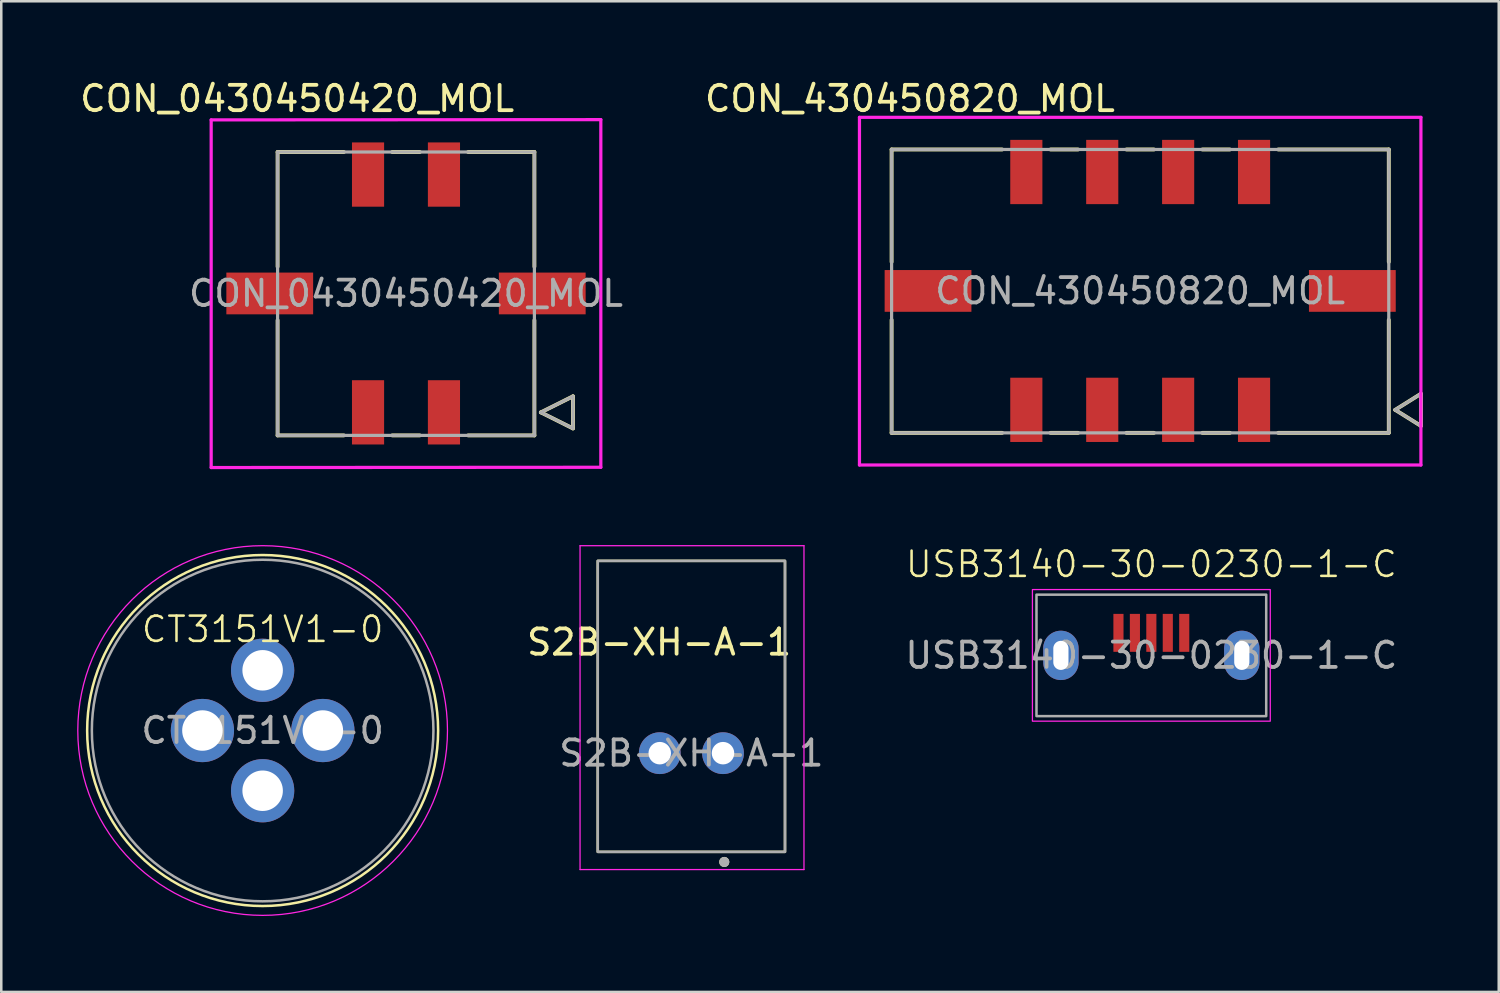
<source format=kicad_pcb>
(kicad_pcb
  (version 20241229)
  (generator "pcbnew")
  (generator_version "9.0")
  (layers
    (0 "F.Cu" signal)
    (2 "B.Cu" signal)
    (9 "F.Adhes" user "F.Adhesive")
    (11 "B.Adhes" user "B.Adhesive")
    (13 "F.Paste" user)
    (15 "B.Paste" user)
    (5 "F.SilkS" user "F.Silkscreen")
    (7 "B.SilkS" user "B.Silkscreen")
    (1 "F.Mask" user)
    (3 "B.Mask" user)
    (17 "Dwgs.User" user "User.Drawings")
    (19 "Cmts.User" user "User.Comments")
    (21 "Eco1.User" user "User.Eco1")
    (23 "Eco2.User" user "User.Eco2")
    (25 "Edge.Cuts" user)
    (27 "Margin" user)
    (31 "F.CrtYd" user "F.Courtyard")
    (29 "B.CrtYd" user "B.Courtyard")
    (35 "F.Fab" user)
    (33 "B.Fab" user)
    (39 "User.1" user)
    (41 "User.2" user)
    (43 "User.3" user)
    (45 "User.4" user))
  (footprint "S2B-XH-A-1"
    (layer "F.Cu")
    (at 24.275 26.717)
    (property "Reference" "S2B-XH-A-1" (at -1.275 -4.385 0) (layer "F.SilkS") (effects (font (size 1 1) (thickness 0.15))))
    (attr smd)
    (fp_rect (start -3.7 3.9) (end 3.7 -7.6) (stroke (width 0.1) (type default)) (fill no) (layer "F.SilkS"))
    (fp_circle (center 1.3 4.3) (end 1.4 4.3) (stroke (width 0.2) (type solid)) (fill no) (layer "F.SilkS"))
    (fp_line (start -4.4 -8.2) (end -4.4 4.6) (stroke (width 0.05) (type solid)) (layer "F.CrtYd"))
    (fp_line (start -4.4 4.6) (end 4.45 4.6) (stroke (width 0.05) (type solid)) (layer "F.CrtYd"))
    (fp_line (start 4.45 -8.2) (end -4.4 -8.2) (stroke (width 0.05) (type solid)) (layer "F.CrtYd"))
    (fp_line (start 4.45 4.6) (end 4.45 -8.2) (stroke (width 0.05) (type solid)) (layer "F.CrtYd"))
    (fp_rect (start -3.7 3.9) (end 3.7 -7.6) (stroke (width 0.1) (type default)) (fill no) (layer "F.Fab"))
    (fp_circle (center 1.3 4.3) (end 1.4 4.3) (stroke (width 0.2) (type solid)) (fill no) (layer "F.Fab"))
    (fp_text user "${REFERENCE}" (at 0 0 0) (unlocked yes) (layer "F.Fab") (effects (font (size 1 1) (thickness 0.15))))
    (pad "1" thru_hole circle (at 1.25 0) (size 1.651 1.651) (drill 0.889) (layers "*.Cu" "*.Mask"))
    (pad "2" thru_hole circle (at -1.25 0) (size 1.651 1.651) (drill 0.889) (layers "*.Cu" "*.Mask")))
  (footprint "USB3140-30-0230-1-C"
    (layer "F.Cu")
    (at 42.454 22.852)
    (property "Reference" "USB3140-30-0230-1-C" (at 0 -3.6 0) (unlocked yes) (layer "F.SilkS") (effects (font (size 1 1) (thickness 0.1))))
    (attr smd)
    (fp_rect (start -4.7 -2.6) (end 4.7 2.6) (stroke (width 0.05) (type default)) (fill no) (layer "F.CrtYd"))
    (fp_rect (start -4.54 -2.4) (end 4.54 2.4) (stroke (width 0.1) (type default)) (fill no) (layer "F.Fab"))
    (fp_text user "${REFERENCE}" (at 0 0 0) (unlocked yes) (layer "F.Fab") (effects (font (size 1 1) (thickness 0.15))))
    (pad "1" smd rect (at -1.3 -0.89) (size 0.4 1.5) (layers "F.Cu" "F.Mask" "F.Paste"))
    (pad "2" smd rect (at -0.65 -0.89) (size 0.4 1.5) (layers "F.Cu" "F.Mask" "F.Paste"))
    (pad "3" smd rect (at 0 -0.89) (size 0.4 1.5) (layers "F.Cu" "F.Mask" "F.Paste"))
    (pad "4" smd rect (at 0.65 -0.89) (size 0.4 1.5) (layers "F.Cu" "F.Mask" "F.Paste"))
    (pad "5" smd rect (at 1.3 -0.89) (size 0.4 1.5) (layers "F.Cu" "F.Mask" "F.Paste"))
    (pad "6" thru_hole oval (at -3.575 0) (size 1.4 1.95) (drill oval 0.6 1.15) (layers "*.Cu" "*.Mask" "F.Paste"))
    (pad "6" thru_hole oval (at 3.575 0) (size 1.4 1.95) (drill oval 0.6 1.15) (layers "*.Cu" "*.Mask" "F.Paste")))
  (footprint "CON_430450820_MOL"
    (layer "F.Cu")
    (at 42.013 8.448)
    (property "Reference" "CON_430450820_MOL" (at -9.1 -7.6 0) (unlocked yes) (layer "F.SilkS") (effects (font (size 1 1) (thickness 0.15))))
    (attr smd)
    (fp_line (start -9.825 -5.59) (end -9.825 -1.145) (stroke (width 0.152) (type solid)) (layer "F.SilkS"))
    (fp_line (start -9.825 1.145) (end -9.825 5.61) (stroke (width 0.152) (type solid)) (layer "F.SilkS"))
    (fp_line (start -9.825 5.61) (end -5.455 5.61) (stroke (width 0.152) (type solid)) (layer "F.SilkS"))
    (fp_line (start -5.455 -5.59) (end -9.825 -5.59) (stroke (width 0.152) (type solid)) (layer "F.SilkS"))
    (fp_line (start -3.545 5.61) (end -2.455 5.61) (stroke (width 0.152) (type solid)) (layer "F.SilkS"))
    (fp_line (start -2.455 -5.59) (end -3.545 -5.59) (stroke (width 0.152) (type solid)) (layer "F.SilkS"))
    (fp_line (start -0.545 5.61) (end 0.545 5.61) (stroke (width 0.152) (type solid)) (layer "F.SilkS"))
    (fp_line (start 0.545 -5.59) (end -0.545 -5.59) (stroke (width 0.152) (type solid)) (layer "F.SilkS"))
    (fp_line (start 2.455 5.61) (end 3.545 5.61) (stroke (width 0.152) (type solid)) (layer "F.SilkS"))
    (fp_line (start 3.545 -5.59) (end 2.455 -5.59) (stroke (width 0.152) (type solid)) (layer "F.SilkS"))
    (fp_line (start 5.455 5.61) (end 9.825 5.61) (stroke (width 0.152) (type solid)) (layer "F.SilkS"))
    (fp_line (start 9.825 -5.59) (end 5.455 -5.59) (stroke (width 0.152) (type solid)) (layer "F.SilkS"))
    (fp_line (start 9.825 -1.145) (end 9.825 -5.59) (stroke (width 0.152) (type solid)) (layer "F.SilkS"))
    (fp_line (start 9.825 5.61) (end 9.825 1.145) (stroke (width 0.152) (type solid)) (layer "F.SilkS"))
    (fp_line (start 10.079 4.7) (end 11.095 4.065) (stroke (width 0.152) (type solid)) (layer "F.SilkS"))
    (fp_line (start 11.095 4.065) (end 11.095 5.335) (stroke (width 0.152) (type solid)) (layer "F.SilkS"))
    (fp_line (start 11.095 5.335) (end 10.079 4.7) (stroke (width 0.152) (type solid)) (layer "F.SilkS"))
    (fp_line (start -11.095 -6.86) (end -11.095 6.88) (stroke (width 0.127) (type solid)) (layer "F.CrtYd"))
    (fp_line (start -11.095 6.88) (end 11.095 6.88) (stroke (width 0.127) (type solid)) (layer "F.CrtYd"))
    (fp_line (start 11.095 -6.86) (end -11.095 -6.86) (stroke (width 0.127) (type solid)) (layer "F.CrtYd"))
    (fp_line (start 11.095 6.88) (end 11.095 -6.86) (stroke (width 0.127) (type solid)) (layer "F.CrtYd"))
    (fp_line (start -9.825 -5.59) (end -9.825 5.61) (stroke (width 0.127) (type solid)) (layer "F.Fab"))
    (fp_line (start -9.825 5.61) (end 9.825 5.61) (stroke (width 0.127) (type solid)) (layer "F.Fab"))
    (fp_line (start 9.825 -5.59) (end -9.825 -5.59) (stroke (width 0.127) (type solid)) (layer "F.Fab"))
    (fp_line (start 9.825 5.61) (end 9.825 -5.59) (stroke (width 0.127) (type solid)) (layer "F.Fab"))
    (fp_line (start 10.079 4.7) (end 11.095 4.065) (stroke (width 0.127) (type solid)) (layer "F.Fab"))
    (fp_line (start 11.095 4.065) (end 11.095 5.335) (stroke (width 0.127) (type solid)) (layer "F.Fab"))
    (fp_line (start 11.095 5.335) (end 10.079 4.7) (stroke (width 0.127) (type solid)) (layer "F.Fab"))
    (fp_text user "${REFERENCE}" (at 0 0 0) (unlocked yes) (layer "F.Fab") (effects (font (size 1 1) (thickness 0.15))))
    (pad "1" smd rect (at 4.5 4.7) (size 1.27 2.54) (layers "F.Cu" "F.Mask" "F.Paste"))
    (pad "2" smd rect (at 1.5 4.7) (size 1.27 2.54) (layers "F.Cu" "F.Mask" "F.Paste"))
    (pad "3" smd rect (at -1.5 4.7) (size 1.27 2.54) (layers "F.Cu" "F.Mask" "F.Paste"))
    (pad "4" smd rect (at -4.5 4.7) (size 1.27 2.54) (layers "F.Cu" "F.Mask" "F.Paste"))
    (pad "5" smd rect (at 4.5 -4.7) (size 1.27 2.54) (layers "F.Cu" "F.Mask" "F.Paste"))
    (pad "6" smd rect (at 1.5 -4.7) (size 1.27 2.54) (layers "F.Cu" "F.Mask" "F.Paste"))
    (pad "7" smd rect (at -1.5 -4.7) (size 1.27 2.54) (layers "F.Cu" "F.Mask" "F.Paste"))
    (pad "8" smd rect (at -4.5 -4.7) (size 1.27 2.54) (layers "F.Cu" "F.Mask" "F.Paste"))
    (pad "S1" smd rect (at 8.385 0) (size 3.43 1.65) (layers "F.Cu" "F.Mask" "F.Paste"))
    (pad "S2" smd rect (at -8.385 0) (size 3.43 1.65) (layers "F.Cu" "F.Mask" "F.Paste")))
  (footprint "CON_0430450420_MOL"
    (layer "F.Cu")
    (at 12.996 8.548)
    (property "Reference" "CON_0430450420_MOL" (at -4.3 -7.7 0) (unlocked yes) (layer "F.SilkS") (effects (font (size 1 1) (thickness 0.15))))
    (attr smd)
    (fp_line (start -5.075 -5.59) (end -5.075 -1.058) (stroke (width 0.152) (type solid)) (layer "F.SilkS"))
    (fp_line (start -5.075 1.058) (end -5.075 5.61) (stroke (width 0.152) (type solid)) (layer "F.SilkS"))
    (fp_line (start -5.075 5.61) (end -2.455 5.61) (stroke (width 0.152) (type solid)) (layer "F.SilkS"))
    (fp_line (start -2.455 -5.59) (end -5.075 -5.59) (stroke (width 0.152) (type solid)) (layer "F.SilkS"))
    (fp_line (start -0.545 5.61) (end 0.545 5.61) (stroke (width 0.152) (type solid)) (layer "F.SilkS"))
    (fp_line (start 0.545 -5.59) (end -0.545 -5.59) (stroke (width 0.152) (type solid)) (layer "F.SilkS"))
    (fp_line (start 2.455 5.61) (end 5.075 5.61) (stroke (width 0.152) (type solid)) (layer "F.SilkS"))
    (fp_line (start 5.075 -5.59) (end 2.455 -5.59) (stroke (width 0.152) (type solid)) (layer "F.SilkS"))
    (fp_line (start 5.075 -1.058) (end 5.075 -5.59) (stroke (width 0.152) (type solid)) (layer "F.SilkS"))
    (fp_line (start 5.075 5.61) (end 5.075 1.058) (stroke (width 0.152) (type solid)) (layer "F.SilkS"))
    (fp_line (start 5.329 4.7) (end 6.599 4.065) (stroke (width 0.152) (type solid)) (layer "F.SilkS"))
    (fp_line (start 6.599 4.065) (end 6.599 5.335) (stroke (width 0.152) (type solid)) (layer "F.SilkS"))
    (fp_line (start 6.599 5.335) (end 5.329 4.7) (stroke (width 0.152) (type solid)) (layer "F.SilkS"))
    (fp_line (start -7.7 -6.86) (end -7.7 6.88) (stroke (width 0.127) (type solid)) (layer "F.CrtYd"))
    (fp_line (start -7.7 6.88) (end 7.7 6.87) (stroke (width 0.127) (type solid)) (layer "F.CrtYd"))
    (fp_line (start 7.7 -6.87) (end -7.7 -6.86) (stroke (width 0.127) (type solid)) (layer "F.CrtYd"))
    (fp_line (start 7.7 6.87) (end 7.7 -6.87) (stroke (width 0.127) (type solid)) (layer "F.CrtYd"))
    (fp_line (start -5.075 -5.59) (end -5.075 5.61) (stroke (width 0.127) (type solid)) (layer "F.Fab"))
    (fp_line (start -5.075 5.61) (end 5.075 5.61) (stroke (width 0.127) (type solid)) (layer "F.Fab"))
    (fp_line (start 5.075 -5.59) (end -5.075 -5.59) (stroke (width 0.127) (type solid)) (layer "F.Fab"))
    (fp_line (start 5.075 5.61) (end 5.075 -5.59) (stroke (width 0.127) (type solid)) (layer "F.Fab"))
    (fp_line (start 5.329 4.7) (end 6.599 4.065) (stroke (width 0.127) (type solid)) (layer "F.Fab"))
    (fp_line (start 6.599 4.065) (end 6.599 5.335) (stroke (width 0.127) (type solid)) (layer "F.Fab"))
    (fp_line (start 6.599 5.335) (end 5.329 4.7) (stroke (width 0.127) (type solid)) (layer "F.Fab"))
    (fp_text user "${REFERENCE}" (at 0 0 0) (unlocked yes) (layer "F.Fab") (effects (font (size 1 1) (thickness 0.15))))
    (pad "1" smd rect (at 1.5 4.699) (size 1.27 2.54) (layers "F.Cu" "F.Mask" "F.Paste"))
    (pad "2" smd rect (at -1.5 4.699) (size 1.27 2.54) (layers "F.Cu" "F.Mask" "F.Paste"))
    (pad "3" smd rect (at 1.5 -4.699) (size 1.27 2.54) (layers "F.Cu" "F.Mask" "F.Paste"))
    (pad "4" smd rect (at -1.5 -4.699) (size 1.27 2.54) (layers "F.Cu" "F.Mask" "F.Paste"))
    (pad "S1" smd rect (at 5.385 0) (size 3.43 1.65) (layers "F.Cu" "F.Mask" "F.Paste"))
    (pad "S2" smd rect (at -5.385 0) (size 3.43 1.65) (layers "F.Cu" "F.Mask" "F.Paste")))
  (footprint "CT3151V1-0"
    (layer "F.Cu")
    (at 7.33 25.822)
    (property "Reference" "CT3151V1-0" (at 0 -4 0) (unlocked yes) (layer "F.SilkS") (effects (font (size 1 1) (thickness 0.1))))
    (attr through_hole)
    (fp_circle (center 0 0) (end 6.3 -2.9) (stroke (width 0.1) (type default)) (fill no) (layer "F.SilkS"))
    (fp_circle (center 0 0) (end 6.9 -2.4) (stroke (width 0.05) (type default)) (fill no) (layer "F.CrtYd"))
    (fp_circle (center 0 0) (end 6.75 0) (stroke (width 0.1) (type default)) (fill no) (layer "F.Fab"))
    (fp_text user "${REFERENCE}" (at 0 0 0) (unlocked yes) (layer "F.Fab") (effects (font (size 1 1) (thickness 0.15))))
    (pad "1" thru_hole circle (at -2.38 0) (size 2.5 2.5) (drill 1.6) (layers "*.Cu" "*.Mask"))
    (pad "1" thru_hole circle (at 0 -2.38) (size 2.5 2.5) (drill 1.6) (layers "*.Cu" "*.Mask"))
    (pad "1" thru_hole circle (at 0 2.38) (size 2.5 2.5) (drill 1.6) (layers "*.Cu" "*.Mask"))
    (pad "1" thru_hole circle (at 2.38 0) (size 2.5 2.5) (drill 1.6) (layers "*.Cu" "*.Mask")))
  (gr_rect
    (start -3 -3)
    (end 56.184 36.153)
    (stroke (width 0.1) (type default))
    (fill no)
    (layer "Edge.Cuts")))
</source>
